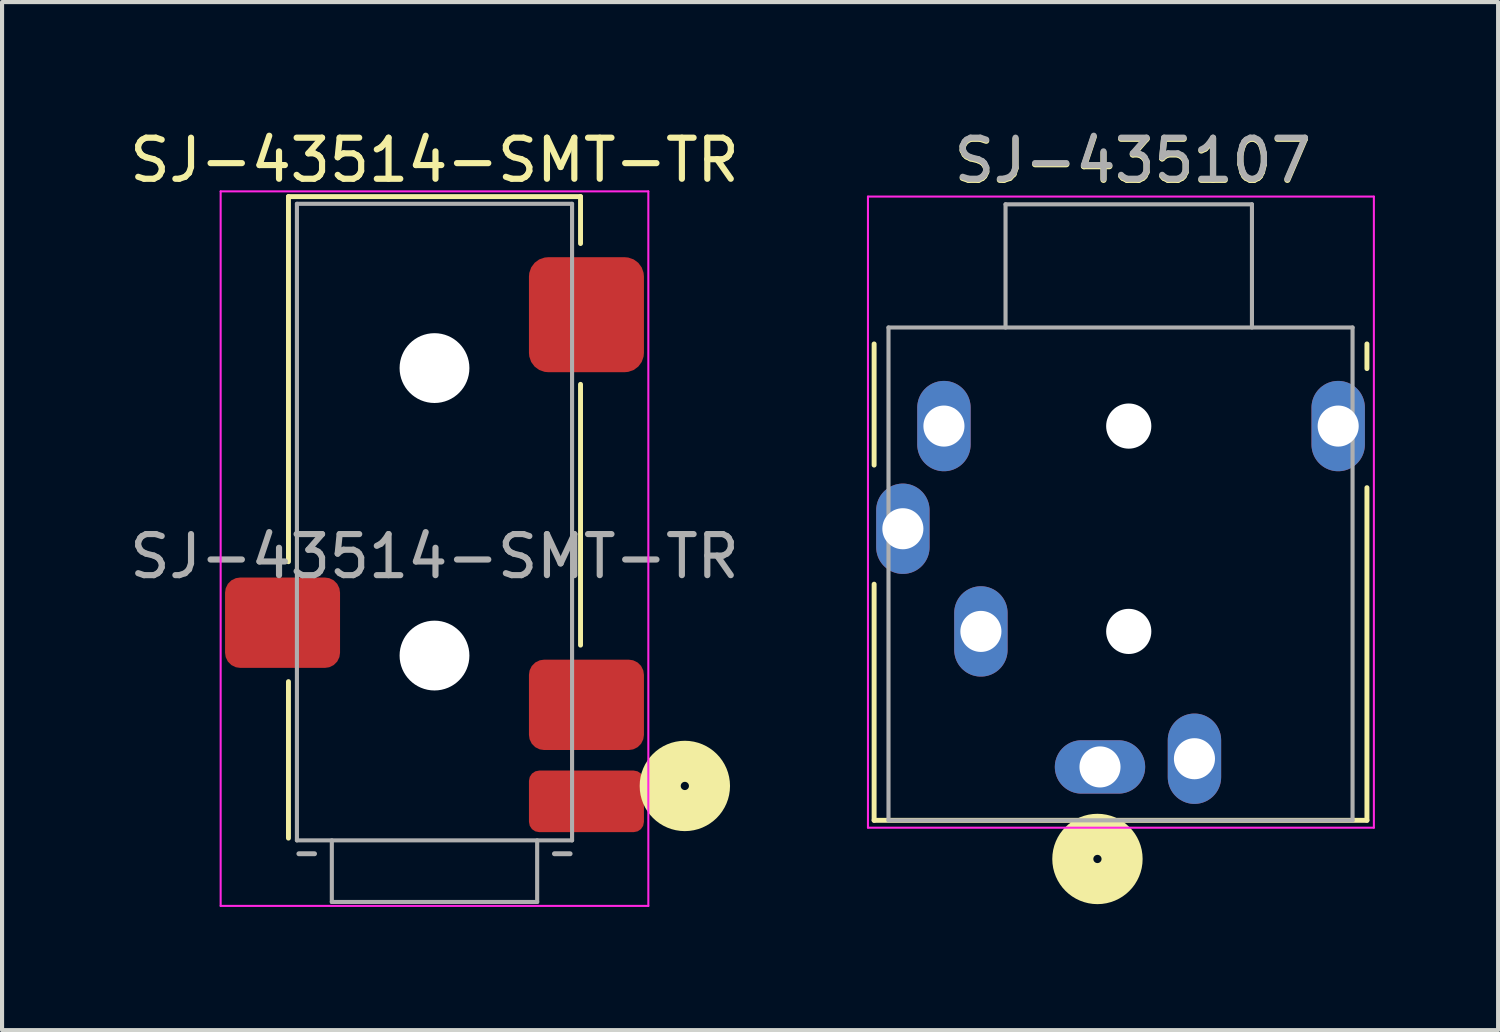
<source format=kicad_pcb>
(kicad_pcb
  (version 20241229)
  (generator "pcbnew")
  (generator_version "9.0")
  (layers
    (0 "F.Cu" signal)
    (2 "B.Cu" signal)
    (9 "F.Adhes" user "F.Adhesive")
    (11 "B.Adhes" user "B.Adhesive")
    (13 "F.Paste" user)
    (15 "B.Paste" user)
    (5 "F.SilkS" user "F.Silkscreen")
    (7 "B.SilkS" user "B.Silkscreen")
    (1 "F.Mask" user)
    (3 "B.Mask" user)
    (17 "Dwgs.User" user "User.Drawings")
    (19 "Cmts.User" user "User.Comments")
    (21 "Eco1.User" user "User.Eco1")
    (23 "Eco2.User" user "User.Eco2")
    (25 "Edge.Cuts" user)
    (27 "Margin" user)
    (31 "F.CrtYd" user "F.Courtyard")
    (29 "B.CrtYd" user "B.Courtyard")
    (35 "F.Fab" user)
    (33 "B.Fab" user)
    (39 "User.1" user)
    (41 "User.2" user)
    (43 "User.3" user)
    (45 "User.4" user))
  (footprint "SJ-435107"
    (layer "F.Cu")
    (at 24.435 7.325)
    (property "Reference" "SJ-435107" (at 0.1 -6.45 0) (layer "F.SilkS") (effects (font (size 1 1) (thickness 0.15))))
    (attr through_hole)
    (fp_line (start -6.2 -2) (end -6.2 0.95) (stroke (width 0.12) (type solid)) (layer "F.SilkS"))
    (fp_line (start -6.2 3.85) (end -6.2 9.6) (stroke (width 0.12) (type solid)) (layer "F.SilkS"))
    (fp_line (start -6.2 9.6) (end 5.8 9.6) (stroke (width 0.12) (type solid)) (layer "F.SilkS"))
    (fp_line (start 5.8 -2) (end 5.8 -1.4) (stroke (width 0.12) (type solid)) (layer "F.SilkS"))
    (fp_line (start 5.8 1.5) (end 5.8 9.6) (stroke (width 0.12) (type solid)) (layer "F.SilkS"))
    (fp_circle (center -0.762 10.541) (end -0.662 10.541) (stroke (width 1) (type solid)) (fill no) (layer "F.SilkS"))
    (fp_line (start -6.35 -5.588) (end -6.35 9.779) (stroke (width 0.05) (type solid)) (layer "F.CrtYd"))
    (fp_line (start -6.35 9.779) (end 5.969 9.779) (stroke (width 0.05) (type solid)) (layer "F.CrtYd"))
    (fp_line (start 5.969 -5.588) (end -6.35 -5.588) (stroke (width 0.05) (type solid)) (layer "F.CrtYd"))
    (fp_line (start 5.969 9.779) (end 5.969 -5.588) (stroke (width 0.05) (type solid)) (layer "F.CrtYd"))
    (fp_line (start -5.85 -2.4) (end -5.85 9.6) (stroke (width 0.1) (type solid)) (layer "F.Fab"))
    (fp_line (start -5.85 -2.4) (end 5.45 -2.4) (stroke (width 0.1) (type solid)) (layer "F.Fab"))
    (fp_line (start -5.85 9.6) (end 5.45 9.6) (stroke (width 0.1) (type solid)) (layer "F.Fab"))
    (fp_line (start -3 -5.4) (end 3 -5.4) (stroke (width 0.1) (type solid)) (layer "F.Fab"))
    (fp_line (start -3 -2.4) (end -3 -5.4) (stroke (width 0.1) (type solid)) (layer "F.Fab"))
    (fp_line (start 3 -2.4) (end 3 -5.4) (stroke (width 0.1) (type solid)) (layer "F.Fab"))
    (fp_line (start 5.45 -2.4) (end 5.45 9.6) (stroke (width 0.1) (type solid)) (layer "F.Fab"))
    (fp_text user "${REFERENCE}" (at 0.1 -6.477 0) (layer "F.Fab") (effects (font (size 1 1) (thickness 0.15))))
    (pad "" np_thru_hole circle (at 0 0) (size 1.1 1.1) (drill 1.1) (layers "*.Cu" "*.Mask"))
    (pad "" np_thru_hole circle (at 0 5) (size 1.1 1.1) (drill 1.1) (layers "*.Cu" "*.Mask"))
    (pad "G1" thru_hole oval (at 5.1 0 90) (size 2.2 1.3) (drill 1) (layers "*.Cu" "*.Mask"))
    (pad "G2" thru_hole oval (at -5.5 2.5 90) (size 2.2 1.3) (drill 1) (layers "*.Cu" "*.Mask"))
    (pad "R1" thru_hole oval (at 1.6 8.1 90) (size 2.2 1.3) (drill 1) (layers "*.Cu" "*.Mask"))
    (pad "R2" thru_hole oval (at -4.5 0 90) (size 2.2 1.3) (drill 1) (layers "*.Cu" "*.Mask"))
    (pad "S" thru_hole oval (at -0.7 8.3) (size 2.2 1.3) (drill 1) (layers "*.Cu" "*.Mask"))
    (pad "T" thru_hole oval (at -3.6 5 90) (size 2.2 1.3) (drill 1) (layers "*.Cu" "*.Mask")))
  (footprint "SJ-43514-SMT-TR"
    (layer "F.Cu")
    (at 7.53 12.913)
    (property "Reference" "SJ-43514-SMT-TR" (at 0 -12.065 0) (layer "F.SilkS") (effects (font (size 1 1) (thickness 0.15))))
    (attr through_hole)
    (fp_line (start -3.556 -11.176) (end -3.556 -2.286) (stroke (width 0.12) (type solid)) (layer "F.SilkS"))
    (fp_line (start -3.556 -11.176) (end 3.556 -11.176) (stroke (width 0.12) (type solid)) (layer "F.SilkS"))
    (fp_line (start -3.556 0.635) (end -3.556 4.445) (stroke (width 0.12) (type solid)) (layer "F.SilkS"))
    (fp_line (start 3.556 -11.176) (end 3.556 -10.033) (stroke (width 0.12) (type solid)) (layer "F.SilkS"))
    (fp_line (start 3.556 -6.604) (end 3.556 -0.254) (stroke (width 0.12) (type solid)) (layer "F.SilkS"))
    (fp_circle (center 6.096 3.175) (end 6.196 3.175) (stroke (width 1) (type solid)) (fill no) (layer "F.SilkS"))
    (fp_line (start -5.207 -11.303) (end -5.207 6.096) (stroke (width 0.05) (type solid)) (layer "F.CrtYd"))
    (fp_line (start -5.207 6.096) (end 5.207 6.096) (stroke (width 0.05) (type solid)) (layer "F.CrtYd"))
    (fp_line (start 5.207 -11.303) (end -5.207 -11.303) (stroke (width 0.05) (type solid)) (layer "F.CrtYd"))
    (fp_line (start 5.207 6.096) (end 5.207 -11.303) (stroke (width 0.05) (type solid)) (layer "F.CrtYd"))
    (fp_line (start -3.35 -11) (end -3.35 4.5) (stroke (width 0.1) (type solid)) (layer "F.Fab"))
    (fp_line (start -3.35 -11) (end 3.35 -11) (stroke (width 0.1) (type solid)) (layer "F.Fab"))
    (fp_line (start -3.35 4.5) (end 3.35 4.5) (stroke (width 0.1) (type solid)) (layer "F.Fab"))
    (fp_line (start -3.302 4.826) (end -2.921 4.826) (stroke (width 0.12) (type solid)) (layer "F.Fab"))
    (fp_line (start -2.5 4.5) (end -2.5 6) (stroke (width 0.1) (type solid)) (layer "F.Fab"))
    (fp_line (start -2.5 6) (end 2.5 6) (stroke (width 0.1) (type solid)) (layer "F.Fab"))
    (fp_line (start 2.5 4.5) (end 2.5 6) (stroke (width 0.1) (type solid)) (layer "F.Fab"))
    (fp_line (start 3.302 4.826) (end 2.921 4.826) (stroke (width 0.12) (type solid)) (layer "F.Fab"))
    (fp_line (start 3.35 -11) (end 3.35 4.5) (stroke (width 0.1) (type solid)) (layer "F.Fab"))
    (fp_text user "${REFERENCE}" (at 0 -2.413 0) (layer "F.Fab") (effects (font (size 1 1) (thickness 0.15))))
    (pad "" np_thru_hole circle (at 0 -7) (size 1.7 1.7) (drill 1.7) (layers "*.Cu" "*.Mask"))
    (pad "" np_thru_hole circle (at 0 0) (size 1.7 1.7) (drill 1.7) (layers "*.Cu" "*.Mask"))
    (pad "R1" smd roundrect (at -3.7 -0.8) (size 2.8 2.2) (layers "F.Cu" "F.Mask" "F.Paste") (roundrect_rratio 0.167))
    (pad "R2" smd roundrect (at 3.7 1.2) (size 2.8 2.2) (layers "F.Cu" "F.Mask" "F.Paste") (roundrect_rratio 0.167))
    (pad "S" smd roundrect (at 3.7 3.55) (size 2.8 1.5) (layers "F.Cu" "F.Mask" "F.Paste") (roundrect_rratio 0.167))
    (pad "T" smd roundrect (at 3.7 -8.3) (size 2.8 2.8) (layers "F.Cu" "F.Mask" "F.Paste") (roundrect_rratio 0.167)))
  (gr_rect
    (start -3 -3)
    (end 33.429 22.034)
    (stroke (width 0.1) (type default))
    (fill no)
    (layer "Edge.Cuts")))
</source>
